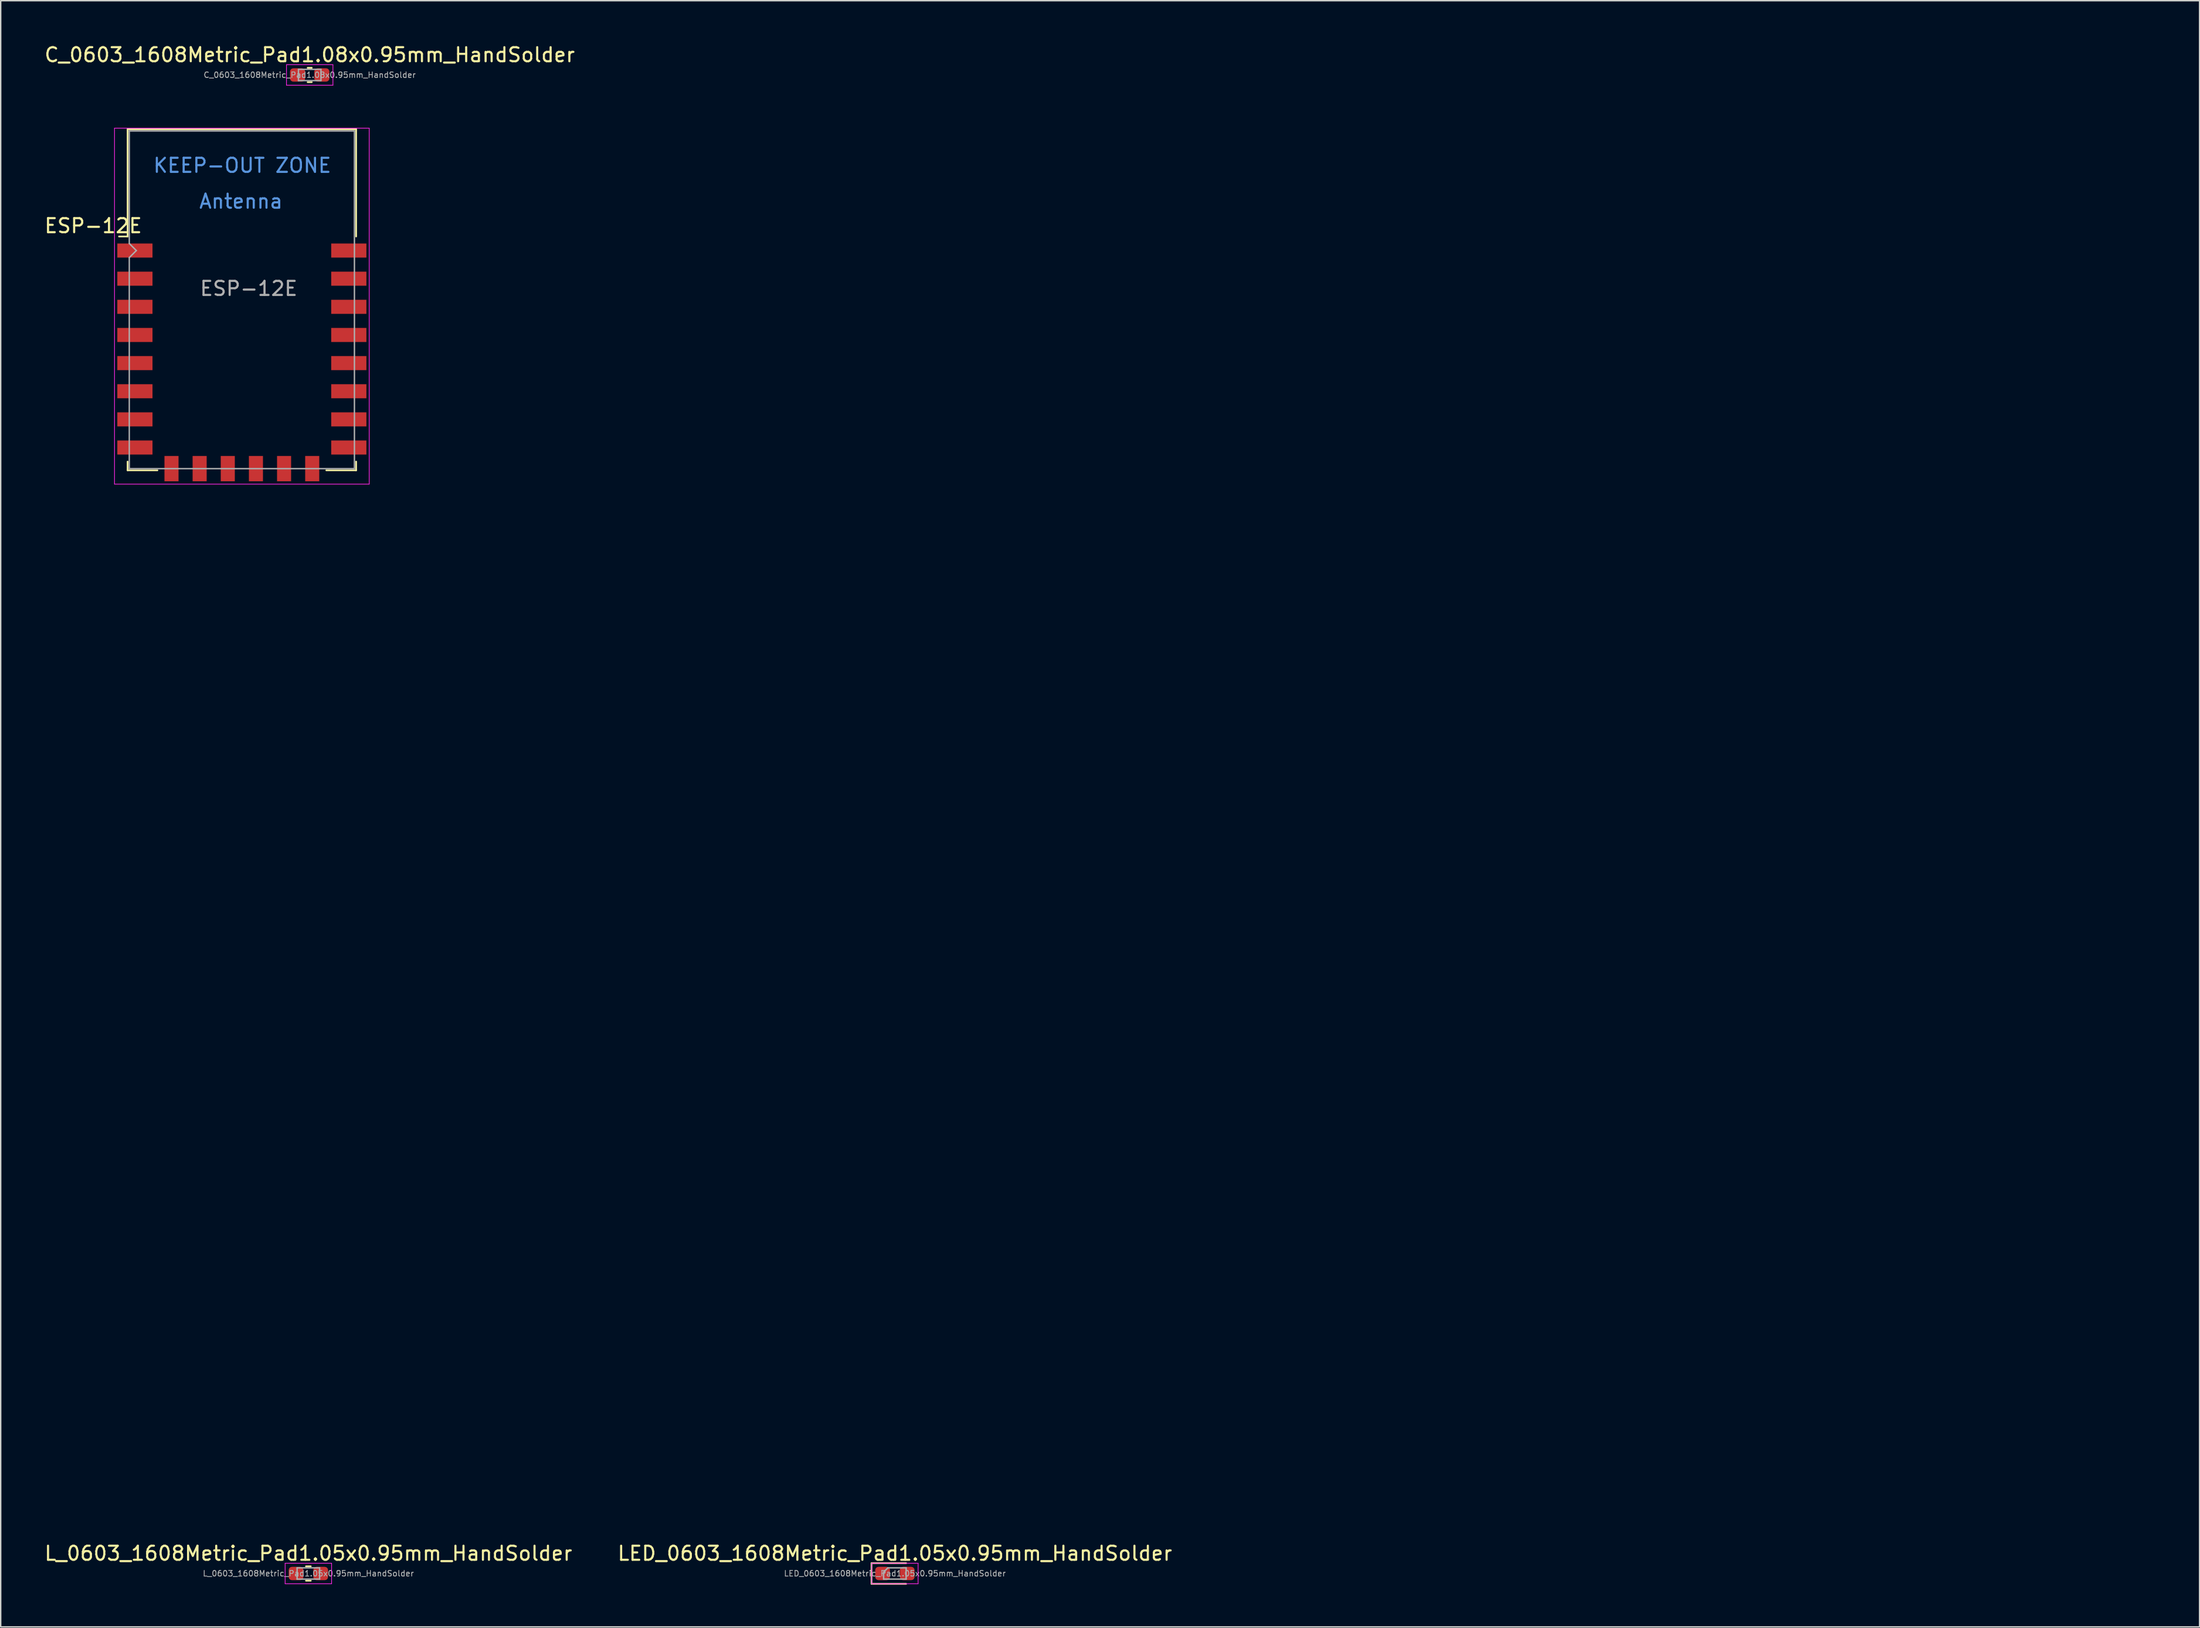
<source format=kicad_pcb>
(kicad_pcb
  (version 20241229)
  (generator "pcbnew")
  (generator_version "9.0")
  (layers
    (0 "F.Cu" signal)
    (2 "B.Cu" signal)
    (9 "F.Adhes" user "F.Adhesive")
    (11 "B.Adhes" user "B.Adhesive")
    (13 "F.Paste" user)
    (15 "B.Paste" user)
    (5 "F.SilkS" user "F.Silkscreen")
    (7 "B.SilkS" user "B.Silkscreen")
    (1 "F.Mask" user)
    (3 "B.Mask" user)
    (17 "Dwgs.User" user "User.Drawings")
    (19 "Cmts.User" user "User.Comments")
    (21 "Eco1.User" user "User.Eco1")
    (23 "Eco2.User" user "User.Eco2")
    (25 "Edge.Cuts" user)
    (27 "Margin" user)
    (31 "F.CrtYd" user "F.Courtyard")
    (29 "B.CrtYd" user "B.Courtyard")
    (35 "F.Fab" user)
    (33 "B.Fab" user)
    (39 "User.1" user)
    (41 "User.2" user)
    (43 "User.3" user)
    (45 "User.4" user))
  (footprint "LED_0603_1608Metric_Pad1.05x0.95mm_HandSolder"
    (layer "F.Cu")
    (at 60.542 108.787)
    (property "Reference" "LED_0603_1608Metric_Pad1.05x0.95mm_HandSolder" (at 0 -1.43 0) (layer "F.SilkS") (effects (font (size 1 1) (thickness 0.15))))
    (attr smd)
    (fp_line (start -1.66 -0.735) (end -1.66 0.735) (stroke (width 0.12) (type solid)) (layer "F.SilkS"))
    (fp_line (start -1.66 0.735) (end 0.8 0.735) (stroke (width 0.12) (type solid)) (layer "F.SilkS"))
    (fp_line (start 0.8 -0.735) (end -1.66 -0.735) (stroke (width 0.12) (type solid)) (layer "F.SilkS"))
    (fp_line (start -1.65 -0.73) (end 1.65 -0.73) (stroke (width 0.05) (type solid)) (layer "F.CrtYd"))
    (fp_line (start -1.65 0.73) (end -1.65 -0.73) (stroke (width 0.05) (type solid)) (layer "F.CrtYd"))
    (fp_line (start 1.65 -0.73) (end 1.65 0.73) (stroke (width 0.05) (type solid)) (layer "F.CrtYd"))
    (fp_line (start 1.65 0.73) (end -1.65 0.73) (stroke (width 0.05) (type solid)) (layer "F.CrtYd"))
    (fp_line (start -0.8 -0.1) (end -0.8 0.4) (stroke (width 0.1) (type solid)) (layer "F.Fab"))
    (fp_line (start -0.8 0.4) (end 0.8 0.4) (stroke (width 0.1) (type solid)) (layer "F.Fab"))
    (fp_line (start -0.5 -0.4) (end -0.8 -0.1) (stroke (width 0.1) (type solid)) (layer "F.Fab"))
    (fp_line (start 0.8 -0.4) (end -0.5 -0.4) (stroke (width 0.1) (type solid)) (layer "F.Fab"))
    (fp_line (start 0.8 0.4) (end 0.8 -0.4) (stroke (width 0.1) (type solid)) (layer "F.Fab"))
    (fp_text user "${REFERENCE}" (at 0 0 0) (layer "F.Fab") (effects (font (size 0.4 0.4) (thickness 0.06))))
    (pad "1" smd roundrect (at -0.875 0) (size 1.05 0.95) (layers "F.Cu" "F.Mask" "F.Paste") (roundrect_rratio 0.25))
    (pad "2" smd roundrect (at 0.875 0) (size 1.05 0.95) (layers "F.Cu" "F.Mask" "F.Paste") (roundrect_rratio 0.25)))
  (footprint "L_0603_1608Metric_Pad1.05x0.95mm_HandSolder"
    (layer "F.Cu")
    (at 18.863 108.787)
    (property "Reference" "L_0603_1608Metric_Pad1.05x0.95mm_HandSolder" (at 0 -1.43 0) (layer "F.SilkS") (effects (font (size 1 1) (thickness 0.15))))
    (attr smd)
    (fp_line (start -0.171 -0.51) (end 0.171 -0.51) (stroke (width 0.12) (type solid)) (layer "F.SilkS"))
    (fp_line (start -0.171 0.51) (end 0.171 0.51) (stroke (width 0.12) (type solid)) (layer "F.SilkS"))
    (fp_line (start -1.65 -0.73) (end 1.65 -0.73) (stroke (width 0.05) (type solid)) (layer "F.CrtYd"))
    (fp_line (start -1.65 0.73) (end -1.65 -0.73) (stroke (width 0.05) (type solid)) (layer "F.CrtYd"))
    (fp_line (start 1.65 -0.73) (end 1.65 0.73) (stroke (width 0.05) (type solid)) (layer "F.CrtYd"))
    (fp_line (start 1.65 0.73) (end -1.65 0.73) (stroke (width 0.05) (type solid)) (layer "F.CrtYd"))
    (fp_line (start -0.8 -0.4) (end 0.8 -0.4) (stroke (width 0.1) (type solid)) (layer "F.Fab"))
    (fp_line (start -0.8 0.4) (end -0.8 -0.4) (stroke (width 0.1) (type solid)) (layer "F.Fab"))
    (fp_line (start 0.8 -0.4) (end 0.8 0.4) (stroke (width 0.1) (type solid)) (layer "F.Fab"))
    (fp_line (start 0.8 0.4) (end -0.8 0.4) (stroke (width 0.1) (type solid)) (layer "F.Fab"))
    (fp_text user "${REFERENCE}" (at 0 0 0) (layer "F.Fab") (effects (font (size 0.4 0.4) (thickness 0.06))))
    (pad "1" smd roundrect (at -0.875 0) (size 1.05 0.95) (layers "F.Cu" "F.Mask" "F.Paste") (roundrect_rratio 0.25))
    (pad "2" smd roundrect (at 0.875 0) (size 1.05 0.95) (layers "F.Cu" "F.Mask" "F.Paste") (roundrect_rratio 0.25)))
  (footprint "ESP-12E"
    (layer "F.Cu")
    (at 14.137 18.258)
    (property "Reference" "ESP-12E" (at -10.56 -5.26 0) (layer "F.SilkS") (effects (font (size 1 1) (thickness 0.15))))
    (attr smd)
    (fp_line (start -8.12 -12.12) (end 8.12 -12.12) (stroke (width 0.12) (type solid)) (layer "F.SilkS"))
    (fp_line (start -8.12 -4.5) (end -8.73 -4.5) (stroke (width 0.12) (type solid)) (layer "F.SilkS"))
    (fp_line (start -8.12 -4.5) (end -8.12 -12.12) (stroke (width 0.12) (type solid)) (layer "F.SilkS"))
    (fp_line (start -8.12 12.12) (end -8.12 11.5) (stroke (width 0.12) (type solid)) (layer "F.SilkS"))
    (fp_line (start -6 12.12) (end -8.12 12.12) (stroke (width 0.12) (type solid)) (layer "F.SilkS"))
    (fp_line (start 8.12 -12.12) (end 8.12 -4.5) (stroke (width 0.12) (type solid)) (layer "F.SilkS"))
    (fp_line (start 8.12 11.5) (end 8.12 12.12) (stroke (width 0.12) (type solid)) (layer "F.SilkS"))
    (fp_line (start 8.12 12.12) (end 6 12.12) (stroke (width 0.12) (type solid)) (layer "F.SilkS"))
    (fp_line (start -9.05 -12.2) (end 9.05 -12.2) (stroke (width 0.05) (type solid)) (layer "F.CrtYd"))
    (fp_line (start -9.05 13.1) (end -9.05 -12.2) (stroke (width 0.05) (type solid)) (layer "F.CrtYd"))
    (fp_line (start 9.05 -12.2) (end 9.05 13.1) (stroke (width 0.05) (type solid)) (layer "F.CrtYd"))
    (fp_line (start 9.05 13.1) (end -9.05 13.1) (stroke (width 0.05) (type solid)) (layer "F.CrtYd"))
    (fp_line (start -8 -12) (end 8 -12) (stroke (width 0.1) (type solid)) (layer "F.Fab"))
    (fp_line (start -8 -4) (end -8 -12) (stroke (width 0.1) (type solid)) (layer "F.Fab"))
    (fp_line (start -8 -3) (end -7.5 -3.5) (stroke (width 0.1) (type solid)) (layer "F.Fab"))
    (fp_line (start -8 12) (end -8 -3) (stroke (width 0.1) (type solid)) (layer "F.Fab"))
    (fp_line (start -7.5 -3.5) (end -8 -4) (stroke (width 0.1) (type solid)) (layer "F.Fab"))
    (fp_line (start 8 -12) (end 8 12) (stroke (width 0.1) (type solid)) (layer "F.Fab"))
    (fp_line (start 8 12) (end -8 12) (stroke (width 0.1) (type solid)) (layer "F.Fab"))
    (fp_text user "Antenna" (at -0.06 -7 180) (layer "Cmts.User") (effects (font (size 1 1) (thickness 0.15))))
    (fp_text user "KEEP-OUT ZONE" (at 0.03 -9.55 180) (layer "Cmts.User") (effects (font (size 1 1) (thickness 0.15))))
    (fp_text user "${REFERENCE}" (at 0.49 -0.8 0) (layer "F.Fab") (effects (font (size 1 1) (thickness 0.15))))
    (pad "1" smd rect (at -7.6 -3.5) (size 2.5 1) (layers "F.Cu" "F.Mask" "F.Paste"))
    (pad "2" smd rect (at -7.6 -1.5) (size 2.5 1) (layers "F.Cu" "F.Mask" "F.Paste"))
    (pad "3" smd rect (at -7.6 0.5) (size 2.5 1) (layers "F.Cu" "F.Mask" "F.Paste"))
    (pad "4" smd rect (at -7.6 2.5) (size 2.5 1) (layers "F.Cu" "F.Mask" "F.Paste"))
    (pad "5" smd rect (at -7.6 4.5) (size 2.5 1) (layers "F.Cu" "F.Mask" "F.Paste"))
    (pad "6" smd rect (at -7.6 6.5) (size 2.5 1) (layers "F.Cu" "F.Mask" "F.Paste"))
    (pad "7" smd rect (at -7.6 8.5) (size 2.5 1) (layers "F.Cu" "F.Mask" "F.Paste"))
    (pad "8" smd rect (at -7.6 10.5) (size 2.5 1) (layers "F.Cu" "F.Mask" "F.Paste"))
    (pad "9" smd rect (at -5 12) (size 1 1.8) (layers "F.Cu" "F.Mask" "F.Paste"))
    (pad "10" smd rect (at -3 12) (size 1 1.8) (layers "F.Cu" "F.Mask" "F.Paste"))
    (pad "11" smd rect (at -1 12) (size 1 1.8) (layers "F.Cu" "F.Mask" "F.Paste"))
    (pad "12" smd rect (at 1 12) (size 1 1.8) (layers "F.Cu" "F.Mask" "F.Paste"))
    (pad "13" smd rect (at 3 12) (size 1 1.8) (layers "F.Cu" "F.Mask" "F.Paste"))
    (pad "14" smd rect (at 5 12) (size 1 1.8) (layers "F.Cu" "F.Mask" "F.Paste"))
    (pad "15" smd rect (at 7.6 10.5) (size 2.5 1) (layers "F.Cu" "F.Mask" "F.Paste"))
    (pad "16" smd rect (at 7.6 8.5) (size 2.5 1) (layers "F.Cu" "F.Mask" "F.Paste"))
    (pad "17" smd rect (at 7.6 6.5) (size 2.5 1) (layers "F.Cu" "F.Mask" "F.Paste"))
    (pad "18" smd rect (at 7.6 4.5) (size 2.5 1) (layers "F.Cu" "F.Mask" "F.Paste"))
    (pad "19" smd rect (at 7.6 2.5) (size 2.5 1) (layers "F.Cu" "F.Mask" "F.Paste"))
    (pad "20" smd rect (at 7.6 0.5) (size 2.5 1) (layers "F.Cu" "F.Mask" "F.Paste"))
    (pad "21" smd rect (at 7.6 -1.5) (size 2.5 1) (layers "F.Cu" "F.Mask" "F.Paste"))
    (pad "22" smd rect (at 7.6 -3.5) (size 2.5 1) (layers "F.Cu" "F.Mask" "F.Paste"))
    (zone (net_name "") (layers "F.Cu" "B.Cu") (hatch full 0.508) (connect_pads) (min_thickness 0.254) (filled_areas_thickness no) (keepout (tracks not_allowed) (vias not_allowed) (pads not_allowed) (copperpour not_allowed) (footprints not_allowed)) (placement (enabled no)) (fill) (polygon (pts (xy 134.017 103.508) (xy 150.257 103.508) (xy 150.257 96.188) (xy 134.017 96.188)))))
  (footprint "C_0603_1608Metric_Pad1.08x0.95mm_HandSolder"
    (layer "F.Cu")
    (at 18.958 2.278)
    (property "Reference" "C_0603_1608Metric_Pad1.08x0.95mm_HandSolder" (at 0 -1.43 180) (layer "F.SilkS") (effects (font (size 1 1) (thickness 0.15))))
    (attr smd)
    (fp_line (start -0.146 -0.51) (end 0.146 -0.51) (stroke (width 0.12) (type solid)) (layer "F.SilkS"))
    (fp_line (start -0.146 0.51) (end 0.146 0.51) (stroke (width 0.12) (type solid)) (layer "F.SilkS"))
    (fp_line (start -1.65 -0.73) (end 1.65 -0.73) (stroke (width 0.05) (type solid)) (layer "F.CrtYd"))
    (fp_line (start -1.65 0.73) (end -1.65 -0.73) (stroke (width 0.05) (type solid)) (layer "F.CrtYd"))
    (fp_line (start 1.65 -0.73) (end 1.65 0.73) (stroke (width 0.05) (type solid)) (layer "F.CrtYd"))
    (fp_line (start 1.65 0.73) (end -1.65 0.73) (stroke (width 0.05) (type solid)) (layer "F.CrtYd"))
    (fp_line (start -0.8 -0.4) (end 0.8 -0.4) (stroke (width 0.1) (type solid)) (layer "F.Fab"))
    (fp_line (start -0.8 0.4) (end -0.8 -0.4) (stroke (width 0.1) (type solid)) (layer "F.Fab"))
    (fp_line (start 0.8 -0.4) (end 0.8 0.4) (stroke (width 0.1) (type solid)) (layer "F.Fab"))
    (fp_line (start 0.8 0.4) (end -0.8 0.4) (stroke (width 0.1) (type solid)) (layer "F.Fab"))
    (fp_text user "${REFERENCE}" (at 0 0 180) (layer "F.Fab") (effects (font (size 0.4 0.4) (thickness 0.06))))
    (pad "1" smd roundrect (at -0.863 0) (size 1.075 0.95) (layers "F.Cu" "F.Mask" "F.Paste") (roundrect_rratio 0.25))
    (pad "2" smd roundrect (at 0.863 0) (size 1.075 0.95) (layers "F.Cu" "F.Mask" "F.Paste") (roundrect_rratio 0.25)))
  (gr_rect
    (start -3 -3)
    (end 153.257 112.582)
    (stroke (width 0.1) (type default))
    (fill no)
    (layer "Edge.Cuts")))
</source>
